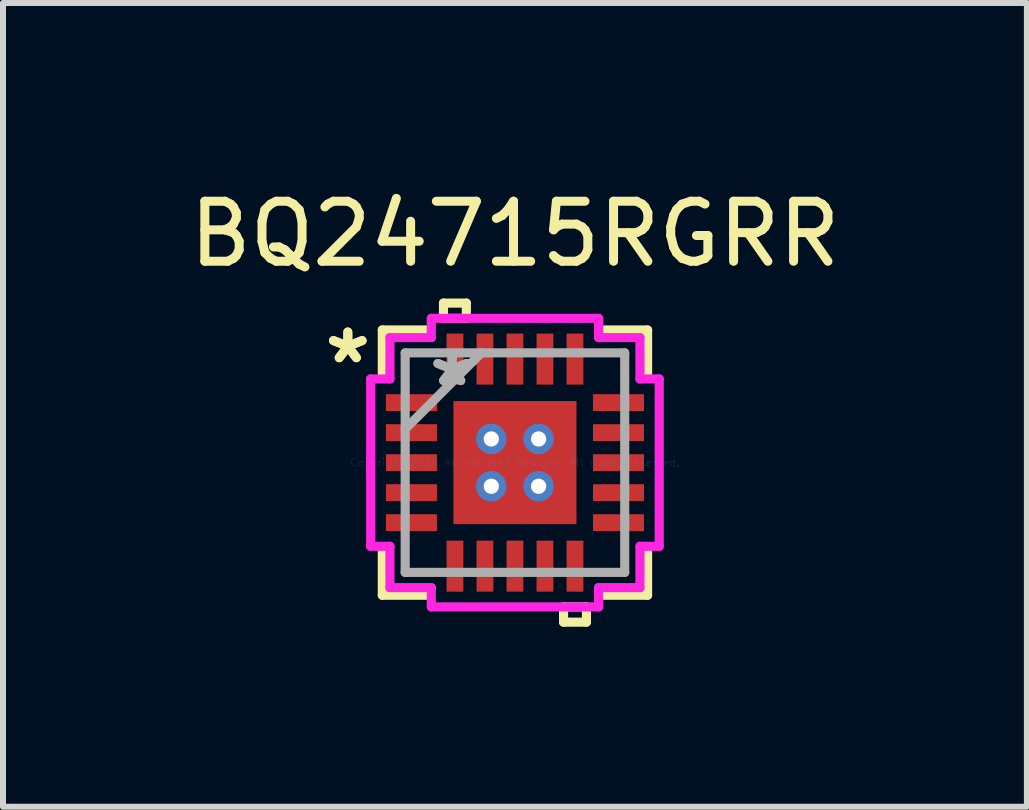
<source format=kicad_pcb>
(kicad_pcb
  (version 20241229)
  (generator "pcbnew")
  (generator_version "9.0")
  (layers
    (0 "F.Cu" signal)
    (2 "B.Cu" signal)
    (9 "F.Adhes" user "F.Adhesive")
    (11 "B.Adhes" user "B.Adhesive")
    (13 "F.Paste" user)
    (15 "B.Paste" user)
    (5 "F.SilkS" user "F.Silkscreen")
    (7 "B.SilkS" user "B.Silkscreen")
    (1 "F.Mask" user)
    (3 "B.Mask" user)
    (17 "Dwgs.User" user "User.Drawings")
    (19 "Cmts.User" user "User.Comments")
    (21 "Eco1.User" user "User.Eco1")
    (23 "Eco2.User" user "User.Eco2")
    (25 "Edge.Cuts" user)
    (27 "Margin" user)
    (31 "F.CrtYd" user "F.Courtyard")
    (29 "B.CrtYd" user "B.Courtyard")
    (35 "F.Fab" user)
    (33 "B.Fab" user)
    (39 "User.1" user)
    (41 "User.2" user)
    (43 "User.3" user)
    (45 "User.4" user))
  (footprint "BQ24715RGRR"
    (layer "F.Cu")
    (at 5.53 4.658)
    (property "Reference" "BQ24715RGRR" (at 0 -3.81 0) (layer "F.SilkS") (effects (font (size 1 1) (thickness 0.15))))
    (attr through_hole)
    (fp_line (start -1.089 -1.089) (end -0.594 -1.089) (stroke (width 0.152) (type solid)) (layer "F.Mask"))
    (fp_line (start -1.089 -1.089) (end 1.089 -1.089) (stroke (width 0.152) (type solid)) (layer "F.Mask"))
    (fp_line (start -1.089 -0.594) (end -1.089 -1.089) (stroke (width 0.152) (type solid)) (layer "F.Mask"))
    (fp_line (start -1.089 -0.194) (end 1.089 -0.194) (stroke (width 0.152) (type solid)) (layer "F.Mask"))
    (fp_line (start -1.089 0.194) (end -1.089 -0.194) (stroke (width 0.152) (type solid)) (layer "F.Mask"))
    (fp_line (start -1.089 0.594) (end 1.089 0.594) (stroke (width 0.152) (type solid)) (layer "F.Mask"))
    (fp_line (start -1.089 1.089) (end -1.089 -1.089) (stroke (width 0.152) (type solid)) (layer "F.Mask"))
    (fp_line (start -1.089 1.089) (end -1.089 0.594) (stroke (width 0.152) (type solid)) (layer "F.Mask"))
    (fp_line (start -0.594 -1.089) (end -0.594 1.089) (stroke (width 0.152) (type solid)) (layer "F.Mask"))
    (fp_line (start -0.594 1.089) (end -1.089 1.089) (stroke (width 0.152) (type solid)) (layer "F.Mask"))
    (fp_line (start -0.194 -1.089) (end -0.194 1.089) (stroke (width 0.152) (type solid)) (layer "F.Mask"))
    (fp_line (start -0.194 1.089) (end 0.194 1.089) (stroke (width 0.152) (type solid)) (layer "F.Mask"))
    (fp_line (start 0.194 -1.089) (end -0.194 -1.089) (stroke (width 0.152) (type solid)) (layer "F.Mask"))
    (fp_line (start 0.194 1.089) (end 0.194 -1.089) (stroke (width 0.152) (type solid)) (layer "F.Mask"))
    (fp_line (start 0.594 -1.089) (end 1.089 -1.089) (stroke (width 0.152) (type solid)) (layer "F.Mask"))
    (fp_line (start 0.594 1.089) (end 0.594 -1.089) (stroke (width 0.152) (type solid)) (layer "F.Mask"))
    (fp_line (start 1.089 -1.089) (end 1.089 -0.594) (stroke (width 0.152) (type solid)) (layer "F.Mask"))
    (fp_line (start 1.089 -1.089) (end 1.089 1.089) (stroke (width 0.152) (type solid)) (layer "F.Mask"))
    (fp_line (start 1.089 -0.594) (end -1.089 -0.594) (stroke (width 0.152) (type solid)) (layer "F.Mask"))
    (fp_line (start 1.089 -0.194) (end 1.089 0.194) (stroke (width 0.152) (type solid)) (layer "F.Mask"))
    (fp_line (start 1.089 0.194) (end -1.089 0.194) (stroke (width 0.152) (type solid)) (layer "F.Mask"))
    (fp_line (start 1.089 0.594) (end 1.089 1.089) (stroke (width 0.152) (type solid)) (layer "F.Mask"))
    (fp_line (start 1.089 1.089) (end -1.089 1.089) (stroke (width 0.152) (type solid)) (layer "F.Mask"))
    (fp_line (start 1.089 1.089) (end 0.594 1.089) (stroke (width 0.152) (type solid)) (layer "F.Mask"))
    (fp_line (start -2.21 -2.21) (end -2.21 -1.467) (stroke (width 0.152) (type solid)) (layer "F.SilkS"))
    (fp_line (start -2.21 1.467) (end -2.21 2.21) (stroke (width 0.152) (type solid)) (layer "F.SilkS"))
    (fp_line (start -2.21 2.21) (end -1.468 2.21) (stroke (width 0.152) (type solid)) (layer "F.SilkS"))
    (fp_line (start -1.468 -2.21) (end -2.21 -2.21) (stroke (width 0.152) (type solid)) (layer "F.SilkS"))
    (fp_line (start -1.191 -2.658) (end -0.81 -2.658) (stroke (width 0.152) (type solid)) (layer "F.SilkS"))
    (fp_line (start -1.191 -2.404) (end -1.191 -2.658) (stroke (width 0.152) (type solid)) (layer "F.SilkS"))
    (fp_line (start -0.81 -2.658) (end -0.81 -2.404) (stroke (width 0.152) (type solid)) (layer "F.SilkS"))
    (fp_line (start -0.81 -2.404) (end -1.191 -2.404) (stroke (width 0.152) (type solid)) (layer "F.SilkS"))
    (fp_line (start 0.81 2.404) (end 0.81 2.658) (stroke (width 0.152) (type solid)) (layer "F.SilkS"))
    (fp_line (start 0.81 2.658) (end 1.191 2.658) (stroke (width 0.152) (type solid)) (layer "F.SilkS"))
    (fp_line (start 1.191 2.404) (end 0.81 2.404) (stroke (width 0.152) (type solid)) (layer "F.SilkS"))
    (fp_line (start 1.191 2.658) (end 1.191 2.404) (stroke (width 0.152) (type solid)) (layer "F.SilkS"))
    (fp_line (start 1.468 2.21) (end 2.21 2.21) (stroke (width 0.152) (type solid)) (layer "F.SilkS"))
    (fp_line (start 2.21 -2.21) (end 1.468 -2.21) (stroke (width 0.152) (type solid)) (layer "F.SilkS"))
    (fp_line (start 2.21 -1.467) (end 2.21 -2.21) (stroke (width 0.152) (type solid)) (layer "F.SilkS"))
    (fp_line (start 2.21 2.21) (end 2.21 1.467) (stroke (width 0.152) (type solid)) (layer "F.SilkS"))
    (fp_line (start -0.95 -0.95) (end -0.95 -0.494) (stroke (width 0.152) (type solid)) (layer "F.Paste"))
    (fp_line (start -0.95 -0.494) (end -0.635 -0.494) (stroke (width 0.152) (type solid)) (layer "F.Paste"))
    (fp_line (start -0.95 -0.294) (end -0.95 0.294) (stroke (width 0.152) (type solid)) (layer "F.Paste"))
    (fp_line (start -0.95 0.294) (end -0.635 0.294) (stroke (width 0.152) (type solid)) (layer "F.Paste"))
    (fp_line (start -0.95 0.494) (end -0.95 0.95) (stroke (width 0.152) (type solid)) (layer "F.Paste"))
    (fp_line (start -0.95 0.95) (end -0.494 0.95) (stroke (width 0.152) (type solid)) (layer "F.Paste"))
    (fp_line (start -0.635 -0.494) (end -0.635 -0.494) (stroke (width 0.152) (type solid)) (layer "F.Paste"))
    (fp_line (start -0.635 -0.494) (end -0.494 -0.635) (stroke (width 0.152) (type solid)) (layer "F.Paste"))
    (fp_line (start -0.635 -0.294) (end -0.95 -0.294) (stroke (width 0.152) (type solid)) (layer "F.Paste"))
    (fp_line (start -0.635 -0.294) (end -0.635 -0.294) (stroke (width 0.152) (type solid)) (layer "F.Paste"))
    (fp_line (start -0.635 0.294) (end -0.635 0.294) (stroke (width 0.152) (type solid)) (layer "F.Paste"))
    (fp_line (start -0.635 0.294) (end -0.494 0.152) (stroke (width 0.152) (type solid)) (layer "F.Paste"))
    (fp_line (start -0.635 0.494) (end -0.95 0.494) (stroke (width 0.152) (type solid)) (layer "F.Paste"))
    (fp_line (start -0.635 0.494) (end -0.635 0.494) (stroke (width 0.152) (type solid)) (layer "F.Paste"))
    (fp_line (start -0.494 -0.95) (end -0.95 -0.95) (stroke (width 0.152) (type solid)) (layer "F.Paste"))
    (fp_line (start -0.494 -0.635) (end -0.494 -0.95) (stroke (width 0.152) (type solid)) (layer "F.Paste"))
    (fp_line (start -0.494 -0.635) (end -0.494 -0.635) (stroke (width 0.152) (type solid)) (layer "F.Paste"))
    (fp_line (start -0.494 -0.152) (end -0.635 -0.294) (stroke (width 0.152) (type solid)) (layer "F.Paste"))
    (fp_line (start -0.494 -0.152) (end -0.494 -0.152) (stroke (width 0.152) (type solid)) (layer "F.Paste"))
    (fp_line (start -0.494 0.152) (end -0.494 -0.152) (stroke (width 0.152) (type solid)) (layer "F.Paste"))
    (fp_line (start -0.494 0.152) (end -0.494 0.152) (stroke (width 0.152) (type solid)) (layer "F.Paste"))
    (fp_line (start -0.494 0.635) (end -0.635 0.494) (stroke (width 0.152) (type solid)) (layer "F.Paste"))
    (fp_line (start -0.494 0.635) (end -0.494 0.635) (stroke (width 0.152) (type solid)) (layer "F.Paste"))
    (fp_line (start -0.494 0.95) (end -0.494 0.635) (stroke (width 0.152) (type solid)) (layer "F.Paste"))
    (fp_line (start -0.294 -0.95) (end -0.294 -0.635) (stroke (width 0.152) (type solid)) (layer "F.Paste"))
    (fp_line (start -0.294 -0.635) (end -0.294 -0.635) (stroke (width 0.152) (type solid)) (layer "F.Paste"))
    (fp_line (start -0.294 -0.635) (end -0.152 -0.494) (stroke (width 0.152) (type solid)) (layer "F.Paste"))
    (fp_line (start -0.294 -0.152) (end -0.294 -0.152) (stroke (width 0.152) (type solid)) (layer "F.Paste"))
    (fp_line (start -0.294 -0.152) (end -0.294 0.152) (stroke (width 0.152) (type solid)) (layer "F.Paste"))
    (fp_line (start -0.294 0.152) (end -0.294 0.152) (stroke (width 0.152) (type solid)) (layer "F.Paste"))
    (fp_line (start -0.294 0.152) (end -0.152 0.294) (stroke (width 0.152) (type solid)) (layer "F.Paste"))
    (fp_line (start -0.294 0.635) (end -0.294 0.635) (stroke (width 0.152) (type solid)) (layer "F.Paste"))
    (fp_line (start -0.294 0.635) (end -0.294 0.95) (stroke (width 0.152) (type solid)) (layer "F.Paste"))
    (fp_line (start -0.294 0.95) (end 0.294 0.95) (stroke (width 0.152) (type solid)) (layer "F.Paste"))
    (fp_line (start -0.152 -0.494) (end -0.152 -0.494) (stroke (width 0.152) (type solid)) (layer "F.Paste"))
    (fp_line (start -0.152 -0.494) (end 0.152 -0.494) (stroke (width 0.152) (type solid)) (layer "F.Paste"))
    (fp_line (start -0.152 -0.294) (end -0.294 -0.152) (stroke (width 0.152) (type solid)) (layer "F.Paste"))
    (fp_line (start -0.152 -0.294) (end -0.152 -0.294) (stroke (width 0.152) (type solid)) (layer "F.Paste"))
    (fp_line (start -0.152 0.294) (end -0.152 0.294) (stroke (width 0.152) (type solid)) (layer "F.Paste"))
    (fp_line (start -0.152 0.294) (end 0.152 0.294) (stroke (width 0.152) (type solid)) (layer "F.Paste"))
    (fp_line (start -0.152 0.494) (end -0.294 0.635) (stroke (width 0.152) (type solid)) (layer "F.Paste"))
    (fp_line (start -0.152 0.494) (end -0.152 0.494) (stroke (width 0.152) (type solid)) (layer "F.Paste"))
    (fp_line (start 0.152 -0.494) (end 0.152 -0.494) (stroke (width 0.152) (type solid)) (layer "F.Paste"))
    (fp_line (start 0.152 -0.494) (end 0.294 -0.635) (stroke (width 0.152) (type solid)) (layer "F.Paste"))
    (fp_line (start 0.152 -0.294) (end -0.152 -0.294) (stroke (width 0.152) (type solid)) (layer "F.Paste"))
    (fp_line (start 0.152 -0.294) (end 0.152 -0.294) (stroke (width 0.152) (type solid)) (layer "F.Paste"))
    (fp_line (start 0.152 0.294) (end 0.152 0.294) (stroke (width 0.152) (type solid)) (layer "F.Paste"))
    (fp_line (start 0.152 0.294) (end 0.294 0.152) (stroke (width 0.152) (type solid)) (layer "F.Paste"))
    (fp_line (start 0.152 0.494) (end -0.152 0.494) (stroke (width 0.152) (type solid)) (layer "F.Paste"))
    (fp_line (start 0.152 0.494) (end 0.152 0.494) (stroke (width 0.152) (type solid)) (layer "F.Paste"))
    (fp_line (start 0.294 -0.95) (end -0.294 -0.95) (stroke (width 0.152) (type solid)) (layer "F.Paste"))
    (fp_line (start 0.294 -0.635) (end 0.294 -0.95) (stroke (width 0.152) (type solid)) (layer "F.Paste"))
    (fp_line (start 0.294 -0.635) (end 0.294 -0.635) (stroke (width 0.152) (type solid)) (layer "F.Paste"))
    (fp_line (start 0.294 -0.152) (end 0.152 -0.294) (stroke (width 0.152) (type solid)) (layer "F.Paste"))
    (fp_line (start 0.294 -0.152) (end 0.294 -0.152) (stroke (width 0.152) (type solid)) (layer "F.Paste"))
    (fp_line (start 0.294 0.152) (end 0.294 -0.152) (stroke (width 0.152) (type solid)) (layer "F.Paste"))
    (fp_line (start 0.294 0.152) (end 0.294 0.152) (stroke (width 0.152) (type solid)) (layer "F.Paste"))
    (fp_line (start 0.294 0.635) (end 0.152 0.494) (stroke (width 0.152) (type solid)) (layer "F.Paste"))
    (fp_line (start 0.294 0.635) (end 0.294 0.635) (stroke (width 0.152) (type solid)) (layer "F.Paste"))
    (fp_line (start 0.294 0.95) (end 0.294 0.635) (stroke (width 0.152) (type solid)) (layer "F.Paste"))
    (fp_line (start 0.494 -0.95) (end 0.494 -0.635) (stroke (width 0.152) (type solid)) (layer "F.Paste"))
    (fp_line (start 0.494 -0.635) (end 0.494 -0.635) (stroke (width 0.152) (type solid)) (layer "F.Paste"))
    (fp_line (start 0.494 -0.635) (end 0.635 -0.494) (stroke (width 0.152) (type solid)) (layer "F.Paste"))
    (fp_line (start 0.494 -0.152) (end 0.494 -0.152) (stroke (width 0.152) (type solid)) (layer "F.Paste"))
    (fp_line (start 0.494 -0.152) (end 0.494 0.152) (stroke (width 0.152) (type solid)) (layer "F.Paste"))
    (fp_line (start 0.494 0.152) (end 0.494 0.152) (stroke (width 0.152) (type solid)) (layer "F.Paste"))
    (fp_line (start 0.494 0.152) (end 0.635 0.294) (stroke (width 0.152) (type solid)) (layer "F.Paste"))
    (fp_line (start 0.494 0.635) (end 0.494 0.635) (stroke (width 0.152) (type solid)) (layer "F.Paste"))
    (fp_line (start 0.494 0.635) (end 0.494 0.95) (stroke (width 0.152) (type solid)) (layer "F.Paste"))
    (fp_line (start 0.494 0.95) (end 0.95 0.95) (stroke (width 0.152) (type solid)) (layer "F.Paste"))
    (fp_line (start 0.635 -0.494) (end 0.635 -0.494) (stroke (width 0.152) (type solid)) (layer "F.Paste"))
    (fp_line (start 0.635 -0.494) (end 0.95 -0.494) (stroke (width 0.152) (type solid)) (layer "F.Paste"))
    (fp_line (start 0.635 -0.294) (end 0.494 -0.152) (stroke (width 0.152) (type solid)) (layer "F.Paste"))
    (fp_line (start 0.635 -0.294) (end 0.635 -0.294) (stroke (width 0.152) (type solid)) (layer "F.Paste"))
    (fp_line (start 0.635 0.294) (end 0.635 0.294) (stroke (width 0.152) (type solid)) (layer "F.Paste"))
    (fp_line (start 0.635 0.294) (end 0.95 0.294) (stroke (width 0.152) (type solid)) (layer "F.Paste"))
    (fp_line (start 0.635 0.494) (end 0.494 0.635) (stroke (width 0.152) (type solid)) (layer "F.Paste"))
    (fp_line (start 0.635 0.494) (end 0.635 0.494) (stroke (width 0.152) (type solid)) (layer "F.Paste"))
    (fp_line (start 0.95 -0.95) (end 0.494 -0.95) (stroke (width 0.152) (type solid)) (layer "F.Paste"))
    (fp_line (start 0.95 -0.494) (end 0.95 -0.95) (stroke (width 0.152) (type solid)) (layer "F.Paste"))
    (fp_line (start 0.95 -0.294) (end 0.635 -0.294) (stroke (width 0.152) (type solid)) (layer "F.Paste"))
    (fp_line (start 0.95 0.294) (end 0.95 -0.294) (stroke (width 0.152) (type solid)) (layer "F.Paste"))
    (fp_line (start 0.95 0.494) (end 0.635 0.494) (stroke (width 0.152) (type solid)) (layer "F.Paste"))
    (fp_line (start 0.95 0.95) (end 0.95 0.494) (stroke (width 0.152) (type solid)) (layer "F.Paste"))
    (fp_line (start -2.404 -1.394) (end -2.083 -1.394) (stroke (width 0.152) (type solid)) (layer "F.CrtYd"))
    (fp_line (start -2.404 1.394) (end -2.404 -1.394) (stroke (width 0.152) (type solid)) (layer "F.CrtYd"))
    (fp_line (start -2.083 -2.083) (end -1.394 -2.083) (stroke (width 0.152) (type solid)) (layer "F.CrtYd"))
    (fp_line (start -2.083 -1.394) (end -2.083 -2.083) (stroke (width 0.152) (type solid)) (layer "F.CrtYd"))
    (fp_line (start -2.083 1.394) (end -2.404 1.394) (stroke (width 0.152) (type solid)) (layer "F.CrtYd"))
    (fp_line (start -2.083 2.083) (end -2.083 1.394) (stroke (width 0.152) (type solid)) (layer "F.CrtYd"))
    (fp_line (start -1.394 -2.404) (end 1.394 -2.404) (stroke (width 0.152) (type solid)) (layer "F.CrtYd"))
    (fp_line (start -1.394 -2.083) (end -1.394 -2.404) (stroke (width 0.152) (type solid)) (layer "F.CrtYd"))
    (fp_line (start -1.394 2.083) (end -2.083 2.083) (stroke (width 0.152) (type solid)) (layer "F.CrtYd"))
    (fp_line (start -1.394 2.404) (end -1.394 2.083) (stroke (width 0.152) (type solid)) (layer "F.CrtYd"))
    (fp_line (start 1.394 -2.404) (end 1.394 -2.083) (stroke (width 0.152) (type solid)) (layer "F.CrtYd"))
    (fp_line (start 1.394 -2.083) (end 2.083 -2.083) (stroke (width 0.152) (type solid)) (layer "F.CrtYd"))
    (fp_line (start 1.394 2.083) (end 1.394 2.404) (stroke (width 0.152) (type solid)) (layer "F.CrtYd"))
    (fp_line (start 1.394 2.404) (end -1.394 2.404) (stroke (width 0.152) (type solid)) (layer "F.CrtYd"))
    (fp_line (start 2.083 -2.083) (end 2.083 -1.394) (stroke (width 0.152) (type solid)) (layer "F.CrtYd"))
    (fp_line (start 2.083 -1.394) (end 2.404 -1.394) (stroke (width 0.152) (type solid)) (layer "F.CrtYd"))
    (fp_line (start 2.083 1.394) (end 2.083 2.083) (stroke (width 0.152) (type solid)) (layer "F.CrtYd"))
    (fp_line (start 2.083 2.083) (end 1.394 2.083) (stroke (width 0.152) (type solid)) (layer "F.CrtYd"))
    (fp_line (start 2.404 -1.394) (end 2.404 1.394) (stroke (width 0.152) (type solid)) (layer "F.CrtYd"))
    (fp_line (start 2.404 1.394) (end 2.083 1.394) (stroke (width 0.152) (type solid)) (layer "F.CrtYd"))
    (fp_line (start -1.829 -1.829) (end -1.829 1.829) (stroke (width 0.152) (type solid)) (layer "F.Fab"))
    (fp_line (start -1.829 -0.559) (end -0.559 -1.829) (stroke (width 0.152) (type solid)) (layer "F.Fab"))
    (fp_line (start -1.829 1.829) (end 1.829 1.829) (stroke (width 0.152) (type solid)) (layer "F.Fab"))
    (fp_line (start 1.829 -1.829) (end -1.829 -1.829) (stroke (width 0.152) (type solid)) (layer "F.Fab"))
    (fp_line (start 1.829 1.829) (end 1.829 -1.829) (stroke (width 0.152) (type solid)) (layer "F.Fab"))
    (fp_text user "*" (at -2.785 -1.631 0) (layer "F.SilkS") (effects (font (size 1 1) (thickness 0.15))))
    (fp_text user "*" (at -2.785 -1.631 0) (layer "F.SilkS") (effects (font (size 1 1) (thickness 0.15))))
    (fp_text user "Copyright 2016 Accelerated Designs. All rights reserved." (at 0 0 0) (layer "Cmts.User") (effects (font (size 0.127 0.127) (thickness 0.002))))
    (fp_text user "*" (at -1.046 -1.25 0) (layer "F.Fab") (effects (font (size 1 1) (thickness 0.15))))
    (fp_text user "*" (at -1.046 -1.25 0) (layer "F.Fab") (effects (font (size 1 1) (thickness 0.15))))
    (pad "1" smd rect (at -1.725 -1 90) (size 0.28 0.85) (layers "F.Cu" "F.Mask" "F.Paste"))
    (pad "2" smd rect (at -1.725 -0.5 90) (size 0.28 0.85) (layers "F.Cu" "F.Mask" "F.Paste"))
    (pad "3" smd rect (at -1.725 0 90) (size 0.28 0.85) (layers "F.Cu" "F.Mask" "F.Paste"))
    (pad "4" smd rect (at -1.725 0.5 90) (size 0.28 0.85) (layers "F.Cu" "F.Mask" "F.Paste"))
    (pad "5" smd rect (at -1.725 1 90) (size 0.28 0.85) (layers "F.Cu" "F.Mask" "F.Paste"))
    (pad "6" smd rect (at -1 1.725) (size 0.28 0.85) (layers "F.Cu" "F.Mask" "F.Paste"))
    (pad "7" smd rect (at -0.5 1.725) (size 0.28 0.85) (layers "F.Cu" "F.Mask" "F.Paste"))
    (pad "8" smd rect (at 0 1.725) (size 0.28 0.85) (layers "F.Cu" "F.Mask" "F.Paste"))
    (pad "9" smd rect (at 0.5 1.725) (size 0.28 0.85) (layers "F.Cu" "F.Mask" "F.Paste"))
    (pad "10" smd rect (at 1 1.725) (size 0.28 0.85) (layers "F.Cu" "F.Mask" "F.Paste"))
    (pad "11" smd rect (at 1.725 1 90) (size 0.28 0.85) (layers "F.Cu" "F.Mask" "F.Paste"))
    (pad "12" smd rect (at 1.725 0.5 90) (size 0.28 0.85) (layers "F.Cu" "F.Mask" "F.Paste"))
    (pad "13" smd rect (at 1.725 0 90) (size 0.28 0.85) (layers "F.Cu" "F.Mask" "F.Paste"))
    (pad "14" smd rect (at 1.725 -0.5 90) (size 0.28 0.85) (layers "F.Cu" "F.Mask" "F.Paste"))
    (pad "15" smd rect (at 1.725 -1 90) (size 0.28 0.85) (layers "F.Cu" "F.Mask" "F.Paste"))
    (pad "16" smd rect (at 1 -1.725) (size 0.28 0.85) (layers "F.Cu" "F.Mask" "F.Paste"))
    (pad "17" smd rect (at 0.5 -1.725) (size 0.28 0.85) (layers "F.Cu" "F.Mask" "F.Paste"))
    (pad "18" smd rect (at 0 -1.725) (size 0.28 0.85) (layers "F.Cu" "F.Mask" "F.Paste"))
    (pad "19" smd rect (at -0.5 -1.725) (size 0.28 0.85) (layers "F.Cu" "F.Mask" "F.Paste"))
    (pad "20" smd rect (at -1 -1.725) (size 0.28 0.85) (layers "F.Cu" "F.Mask" "F.Paste"))
    (pad "21" smd rect (at 0 0) (size 2.05 2.05) (layers "F.Cu" "F.Mask" "F.Paste"))
    (pad "V" thru_hole circle (at -0.394 -0.394) (size 0.508 0.508) (drill 0.254) (layers "*.Cu" "*.Mask"))
    (pad "V" thru_hole circle (at -0.394 0.394) (size 0.508 0.508) (drill 0.254) (layers "*.Cu" "*.Mask"))
    (pad "V" thru_hole circle (at 0.394 -0.394) (size 0.508 0.508) (drill 0.254) (layers "*.Cu" "*.Mask"))
    (pad "V" thru_hole circle (at 0.394 0.394) (size 0.508 0.508) (drill 0.254) (layers "*.Cu" "*.Mask")))
  (gr_rect
    (start -3 -3)
    (end 14.06 10.392)
    (stroke (width 0.1) (type default))
    (fill no)
    (layer "Edge.Cuts")))
</source>
